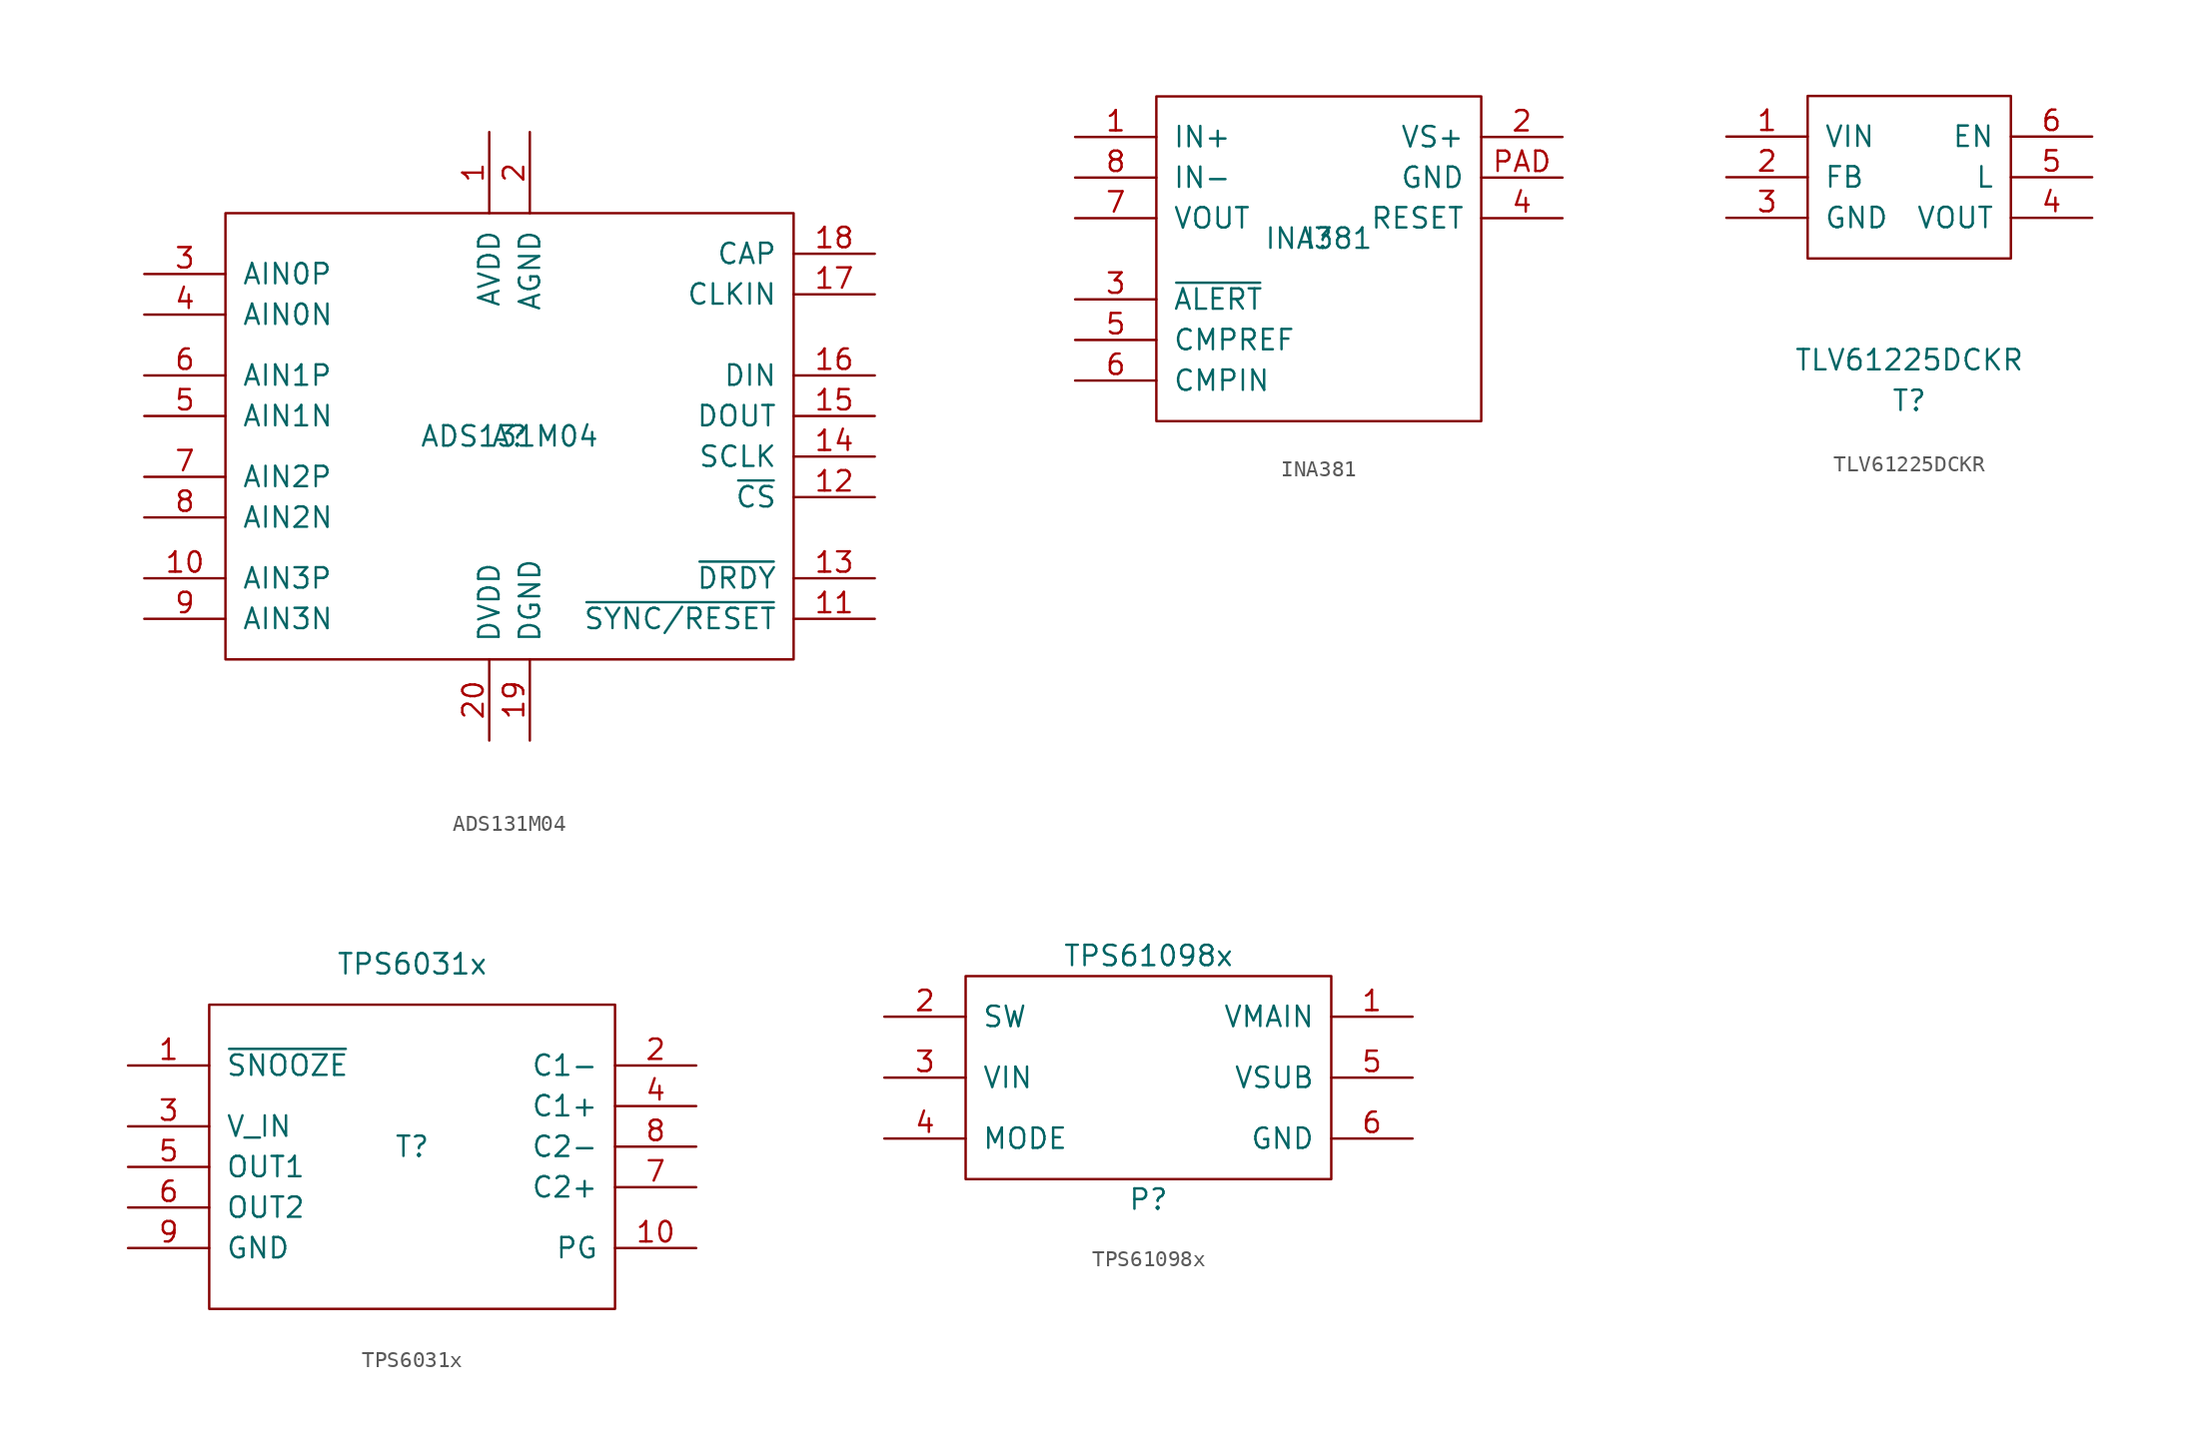
<source format=kicad_sym>
(kicad_symbol_lib
  (version 20211014)
  (generator kicad_symbol_editor)
  (symbol "ADS131M04"
    (pin_names
      (offset 1.016))
    (property "Reference" "A"
      (at 0 0 0)
      (effects (font (size 1.27 1.27))))
    (property "Value" "ADS131M04"
      (at 0 0 0)
      (effects (font (size 1.27 1.27))))
    (symbol "ADS131M04_0_0"
      (pin power_in line (at -1.27 19.05 270) (length 5.08) (name "AVDD" (effects (font (size 1.27 1.27)))) (number "1" (effects (font (size 1.27 1.27)))))
      (pin input line (at -22.86 -8.89 0) (length 5.08) (name "AIN3P" (effects (font (size 1.27 1.27)))) (number "10" (effects (font (size 1.27 1.27)))))
      (pin input line (at 22.86 -11.43 180) (length 5.08) (name "~{SYNC/RESET}" (effects (font (size 1.27 1.27)))) (number "11" (effects (font (size 1.27 1.27)))))
      (pin input line (at 22.86 -3.81 180) (length 5.08) (name "~{CS}" (effects (font (size 1.27 1.27)))) (number "12" (effects (font (size 1.27 1.27)))))
      (pin output line (at 22.86 -8.89 180) (length 5.08) (name "~{DRDY}" (effects (font (size 1.27 1.27)))) (number "13" (effects (font (size 1.27 1.27)))))
      (pin input line (at 22.86 -1.27 180) (length 5.08) (name "SCLK" (effects (font (size 1.27 1.27)))) (number "14" (effects (font (size 1.27 1.27)))))
      (pin output line (at 22.86 1.27 180) (length 5.08) (name "DOUT" (effects (font (size 1.27 1.27)))) (number "15" (effects (font (size 1.27 1.27)))))
      (pin input line (at 22.86 3.81 180) (length 5.08) (name "DIN" (effects (font (size 1.27 1.27)))) (number "16" (effects (font (size 1.27 1.27)))))
      (pin input line (at 22.86 8.89 180) (length 5.08) (name "CLKIN" (effects (font (size 1.27 1.27)))) (number "17" (effects (font (size 1.27 1.27)))))
      (pin passive line (at 22.86 11.43 180) (length 5.08) (name "CAP" (effects (font (size 1.27 1.27)))) (number "18" (effects (font (size 1.27 1.27)))))
      (pin power_in line (at 1.27 -19.05 90) (length 5.08) (name "DGND" (effects (font (size 1.27 1.27)))) (number "19" (effects (font (size 1.27 1.27)))))
      (pin power_in line (at 1.27 19.05 270) (length 5.08) (name "AGND" (effects (font (size 1.27 1.27)))) (number "2" (effects (font (size 1.27 1.27)))))
      (pin power_in line (at -1.27 -19.05 90) (length 5.08) (name "DVDD" (effects (font (size 1.27 1.27)))) (number "20" (effects (font (size 1.27 1.27)))))
      (pin input line (at -22.86 10.16 0) (length 5.08) (name "AIN0P" (effects (font (size 1.27 1.27)))) (number "3" (effects (font (size 1.27 1.27)))))
      (pin input line (at -22.86 7.62 0) (length 5.08) (name "AIN0N" (effects (font (size 1.27 1.27)))) (number "4" (effects (font (size 1.27 1.27)))))
      (pin input line (at -22.86 1.27 0) (length 5.08) (name "AIN1N" (effects (font (size 1.27 1.27)))) (number "5" (effects (font (size 1.27 1.27)))))
      (pin input line (at -22.86 3.81 0) (length 5.08) (name "AIN1P" (effects (font (size 1.27 1.27)))) (number "6" (effects (font (size 1.27 1.27)))))
      (pin input line (at -22.86 -2.54 0) (length 5.08) (name "AIN2P" (effects (font (size 1.27 1.27)))) (number "7" (effects (font (size 1.27 1.27)))))
      (pin input line (at -22.86 -5.08 0) (length 5.08) (name "AIN2N" (effects (font (size 1.27 1.27)))) (number "8" (effects (font (size 1.27 1.27)))))
      (pin input line (at -22.86 -11.43 0) (length 5.08) (name "AIN3N" (effects (font (size 1.27 1.27)))) (number "9" (effects (font (size 1.27 1.27))))))
    (symbol "ADS131M04_0_1"
      (rectangle (start -17.78 13.97) (end 17.78 -13.97) (stroke (width 0) (type default) (color 0 0 0 0)) (fill (type none)))))
  (symbol "INA381"
    (pin_names
      (offset 1.016))
    (property "Reference" "I"
      (at 0 0 0)
      (effects (font (size 1.27 1.27))))
    (property "Value" "INA381"
      (at 0 0 0)
      (effects (font (size 1.27 1.27))))
    (symbol "INA381_0_0"
      (pin input line (at -15.24 6.35 0) (length 5.08) (name "IN+" (effects (font (size 1.27 1.27)))) (number "1" (effects (font (size 1.27 1.27)))))
      (pin power_in line (at 15.24 6.35 180) (length 5.08) (name "VS+" (effects (font (size 1.27 1.27)))) (number "2" (effects (font (size 1.27 1.27)))))
      (pin output line (at -15.24 -3.81 0) (length 5.08) (name "~{ALERT}" (effects (font (size 1.27 1.27)))) (number "3" (effects (font (size 1.27 1.27)))))
      (pin input line (at 15.24 1.27 180) (length 5.08) (name "RESET" (effects (font (size 1.27 1.27)))) (number "4" (effects (font (size 1.27 1.27)))))
      (pin input line (at -15.24 -6.35 0) (length 5.08) (name "CMPREF" (effects (font (size 1.27 1.27)))) (number "5" (effects (font (size 1.27 1.27)))))
      (pin input line (at -15.24 -8.89 0) (length 5.08) (name "CMPIN" (effects (font (size 1.27 1.27)))) (number "6" (effects (font (size 1.27 1.27)))))
      (pin output line (at -15.24 1.27 0) (length 5.08) (name "VOUT" (effects (font (size 1.27 1.27)))) (number "7" (effects (font (size 1.27 1.27)))))
      (pin input line (at -15.24 3.81 0) (length 5.08) (name "IN-" (effects (font (size 1.27 1.27)))) (number "8" (effects (font (size 1.27 1.27)))))
      (pin power_out line (at 15.24 3.81 180) (length 5.08) (name "GND" (effects (font (size 1.27 1.27)))) (number "PAD" (effects (font (size 1.27 1.27))))))
    (symbol "INA381_0_1"
      (rectangle (start -10.16 8.89) (end 10.16 -11.43) (stroke (width 0) (type default) (color 0 0 0 0)) (fill (type none)))))
  (symbol "TLV61225DCKR"
    (pin_names
      (offset 1.016))
    (property "Reference" "T"
      (at 0 -13.97 0)
      (effects (font (size 1.27 1.27))))
    (property "Value" "TLV61225DCKR"
      (at 0 -11.43 0)
      (effects (font (size 1.27 1.27))))
    (symbol "TLV61225DCKR_0_0"
      (pin power_in line (at -11.43 2.54 0) (length 5.08) (name "VIN" (effects (font (size 1.27 1.27)))) (number "1" (effects (font (size 1.27 1.27)))))
      (pin power_in line (at -11.43 0 0) (length 5.08) (name "FB" (effects (font (size 1.27 1.27)))) (number "2" (effects (font (size 1.27 1.27)))))
      (pin power_in line (at -11.43 -2.54 0) (length 5.08) (name "GND" (effects (font (size 1.27 1.27)))) (number "3" (effects (font (size 1.27 1.27)))))
      (pin power_out line (at 11.43 -2.54 180) (length 5.08) (name "VOUT" (effects (font (size 1.27 1.27)))) (number "4" (effects (font (size 1.27 1.27)))))
      (pin input line (at 11.43 0 180) (length 5.08) (name "L" (effects (font (size 1.27 1.27)))) (number "5" (effects (font (size 1.27 1.27)))))
      (pin input line (at 11.43 2.54 180) (length 5.08) (name "EN" (effects (font (size 1.27 1.27)))) (number "6" (effects (font (size 1.27 1.27))))))
    (symbol "TLV61225DCKR_0_1"
      (rectangle (start -6.35 5.08) (end 6.35 -5.08) (stroke (width 0) (type default) (color 0 0 0 0)) (fill (type none)))))
  (symbol "TPS6031x"
    (pin_names
      (offset 1.016))
    (property "Reference" "T"
      (at 0 0 0)
      (effects (font (size 1.27 1.27))))
    (property "Value" "TPS6031x"
      (at 0 11.43 0)
      (effects (font (size 1.27 1.27))))
    (symbol "TPS6031x_0_0"
      (pin input line (at -17.78 5.08 0) (length 5.08) (name "~{SNOOZE}" (effects (font (size 1.27 1.27)))) (number "1" (effects (font (size 1.27 1.27)))))
      (pin output line (at 17.78 -6.35 180) (length 5.08) (name "PG" (effects (font (size 1.27 1.27)))) (number "10" (effects (font (size 1.27 1.27)))))
      (pin passive line (at 17.78 5.08 180) (length 5.08) (name "C1-" (effects (font (size 1.27 1.27)))) (number "2" (effects (font (size 1.27 1.27)))))
      (pin power_in line (at -17.78 1.27 0) (length 5.08) (name "V_IN" (effects (font (size 1.27 1.27)))) (number "3" (effects (font (size 1.27 1.27)))))
      (pin passive line (at 17.78 2.54 180) (length 5.08) (name "C1+" (effects (font (size 1.27 1.27)))) (number "4" (effects (font (size 1.27 1.27)))))
      (pin power_out line (at -17.78 -1.27 0) (length 5.08) (name "OUT1" (effects (font (size 1.27 1.27)))) (number "5" (effects (font (size 1.27 1.27)))))
      (pin power_out line (at -17.78 -3.81 0) (length 5.08) (name "OUT2" (effects (font (size 1.27 1.27)))) (number "6" (effects (font (size 1.27 1.27)))))
      (pin passive line (at 17.78 -2.54 180) (length 5.08) (name "C2+" (effects (font (size 1.27 1.27)))) (number "7" (effects (font (size 1.27 1.27)))))
      (pin passive line (at 17.78 0 180) (length 5.08) (name "C2-" (effects (font (size 1.27 1.27)))) (number "8" (effects (font (size 1.27 1.27)))))
      (pin power_in line (at -17.78 -6.35 0) (length 5.08) (name "GND" (effects (font (size 1.27 1.27)))) (number "9" (effects (font (size 1.27 1.27))))))
    (symbol "TPS6031x_0_1"
      (rectangle (start -12.7 8.89) (end 12.7 -10.16) (stroke (width 0) (type default) (color 0 0 0 0)) (fill (type none)))))
  (symbol "TPS61098x"
    (pin_names
      (offset 1.016))
    (property "Reference" "P"
      (at 0 -7.62 0)
      (effects (font (size 1.27 1.27))))
    (property "Value" "TPS61098x"
      (at 0 7.62 0)
      (effects (font (size 1.27 1.27))))
    (symbol "TPS61098x_0_0"
      (pin power_out line (at 16.51 3.81 180) (length 5.08) (name "VMAIN" (effects (font (size 1.27 1.27)))) (number "1" (effects (font (size 1.27 1.27)))))
      (pin passive line (at -16.51 3.81 0) (length 5.08) (name "SW" (effects (font (size 1.27 1.27)))) (number "2" (effects (font (size 1.27 1.27)))))
      (pin power_in line (at -16.51 0 0) (length 5.08) (name "VIN" (effects (font (size 1.27 1.27)))) (number "3" (effects (font (size 1.27 1.27)))))
      (pin input line (at -16.51 -3.81 0) (length 5.08) (name "MODE" (effects (font (size 1.27 1.27)))) (number "4" (effects (font (size 1.27 1.27)))))
      (pin power_out line (at 16.51 0 180) (length 5.08) (name "VSUB" (effects (font (size 1.27 1.27)))) (number "5" (effects (font (size 1.27 1.27)))))
      (pin power_in line (at 16.51 -3.81 180) (length 5.08) (name "GND" (effects (font (size 1.27 1.27)))) (number "6" (effects (font (size 1.27 1.27))))))
    (symbol "TPS61098x_0_1"
      (rectangle (start -11.43 6.35) (end 11.43 -6.35) (stroke (width 0) (type default) (color 0 0 0 0)) (fill (type none))))))
</source>
